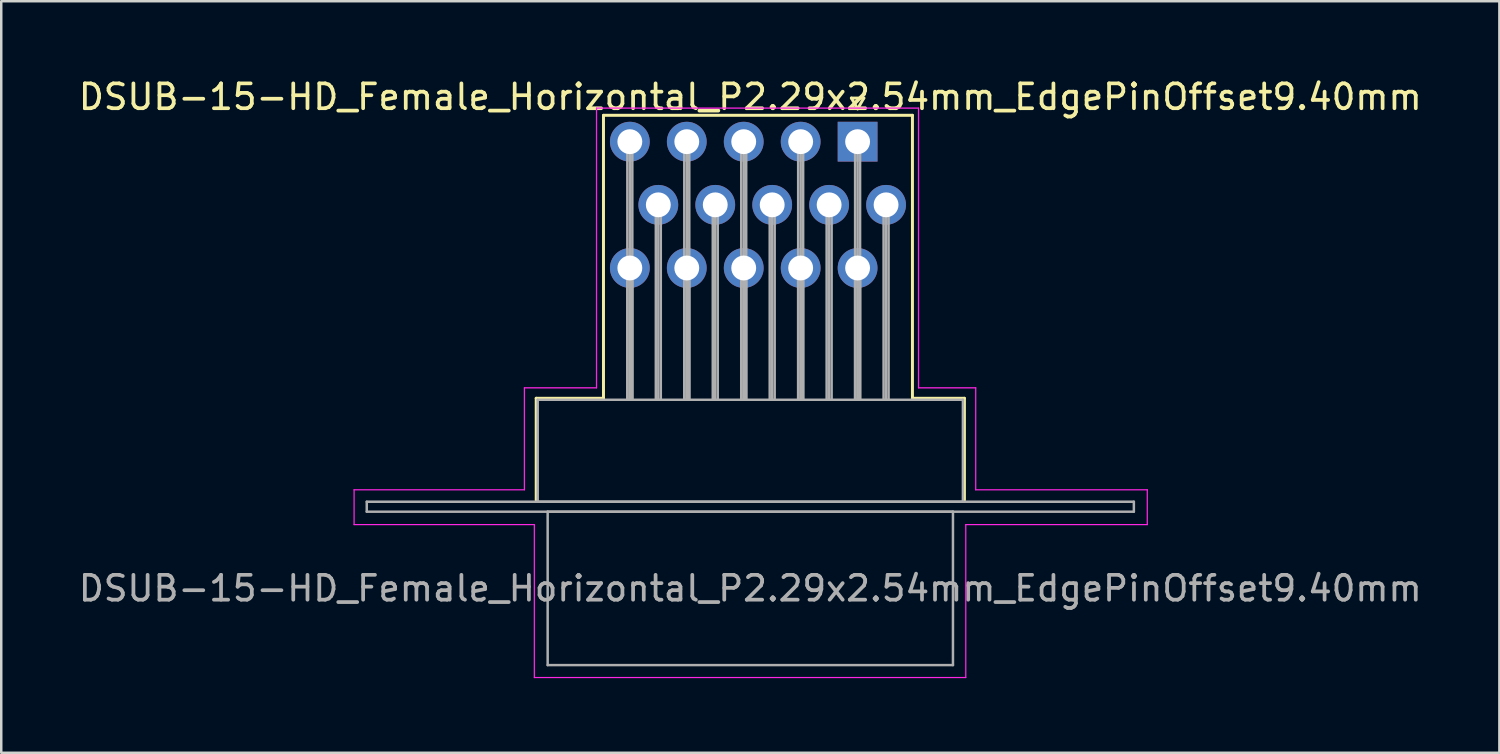
<source format=kicad_pcb>
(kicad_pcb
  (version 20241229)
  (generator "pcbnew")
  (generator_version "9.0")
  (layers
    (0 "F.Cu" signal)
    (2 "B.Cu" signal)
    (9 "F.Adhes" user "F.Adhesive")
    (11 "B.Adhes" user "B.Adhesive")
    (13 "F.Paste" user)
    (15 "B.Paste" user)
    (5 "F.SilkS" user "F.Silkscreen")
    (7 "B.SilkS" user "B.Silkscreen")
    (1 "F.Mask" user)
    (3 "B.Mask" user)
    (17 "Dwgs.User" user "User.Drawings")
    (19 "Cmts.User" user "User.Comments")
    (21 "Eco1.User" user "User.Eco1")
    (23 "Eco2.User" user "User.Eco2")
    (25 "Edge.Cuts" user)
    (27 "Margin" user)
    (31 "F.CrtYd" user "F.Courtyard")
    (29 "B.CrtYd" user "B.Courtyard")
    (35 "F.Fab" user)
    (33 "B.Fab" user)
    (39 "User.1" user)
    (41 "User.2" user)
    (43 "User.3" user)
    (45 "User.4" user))
  (footprint "DSUB-15-HD_Female_Horizontal_P2.29x2.54mm_EdgePinOffset9.40mm"
    (layer "F.Cu")
    (at 31.44 2.648)
    (property "Reference" "DSUB-15-HD_Female_Horizontal_P2.29x2.54mm_EdgePinOffset9.40mm" (at -4.315 -1.8 0) (layer "F.SilkS") (effects (font (size 1 1) (thickness 0.15))))
    (attr through_hole)
    (fp_line (start -12.925 10.32) (end -10.22 10.32) (stroke (width 0.12) (type solid)) (layer "F.SilkS"))
    (fp_line (start -12.925 14.42) (end -12.925 10.32) (stroke (width 0.12) (type solid)) (layer "F.SilkS"))
    (fp_line (start -10.22 -1.06) (end 2.205 -1.06) (stroke (width 0.12) (type solid)) (layer "F.SilkS"))
    (fp_line (start -10.22 10.32) (end -10.22 -1.06) (stroke (width 0.12) (type solid)) (layer "F.SilkS"))
    (fp_line (start -0.25 -1.754) (end 0.25 -1.754) (stroke (width 0.12) (type solid)) (layer "F.SilkS"))
    (fp_line (start 0 -1.321) (end -0.25 -1.754) (stroke (width 0.12) (type solid)) (layer "F.SilkS"))
    (fp_line (start 0.25 -1.754) (end 0 -1.321) (stroke (width 0.12) (type solid)) (layer "F.SilkS"))
    (fp_line (start 2.205 -1.06) (end 2.205 10.32) (stroke (width 0.12) (type solid)) (layer "F.SilkS"))
    (fp_line (start 2.205 10.32) (end 4.295 10.32) (stroke (width 0.12) (type solid)) (layer "F.SilkS"))
    (fp_line (start 4.295 10.32) (end 4.295 14.42) (stroke (width 0.12) (type solid)) (layer "F.SilkS"))
    (fp_line (start -20.25 14) (end -13.4 14) (stroke (width 0.05) (type solid)) (layer "F.CrtYd"))
    (fp_line (start -20.25 15.4) (end -20.25 14) (stroke (width 0.05) (type solid)) (layer "F.CrtYd"))
    (fp_line (start -13.4 9.9) (end -10.5 9.9) (stroke (width 0.05) (type solid)) (layer "F.CrtYd"))
    (fp_line (start -13.4 14) (end -13.4 9.9) (stroke (width 0.05) (type solid)) (layer "F.CrtYd"))
    (fp_line (start -13 15.4) (end -20.25 15.4) (stroke (width 0.05) (type solid)) (layer "F.CrtYd"))
    (fp_line (start -13 21.55) (end -13 15.4) (stroke (width 0.05) (type solid)) (layer "F.CrtYd"))
    (fp_line (start -10.5 -1.35) (end 2.45 -1.35) (stroke (width 0.05) (type solid)) (layer "F.CrtYd"))
    (fp_line (start -10.5 9.9) (end -10.5 -1.35) (stroke (width 0.05) (type solid)) (layer "F.CrtYd"))
    (fp_line (start 2.45 -1.35) (end 2.45 9.9) (stroke (width 0.05) (type solid)) (layer "F.CrtYd"))
    (fp_line (start 2.45 9.9) (end 4.75 9.9) (stroke (width 0.05) (type solid)) (layer "F.CrtYd"))
    (fp_line (start 4.35 15.4) (end 4.35 21.55) (stroke (width 0.05) (type solid)) (layer "F.CrtYd"))
    (fp_line (start 4.35 21.55) (end -13 21.55) (stroke (width 0.05) (type solid)) (layer "F.CrtYd"))
    (fp_line (start 4.75 9.9) (end 4.75 14) (stroke (width 0.05) (type solid)) (layer "F.CrtYd"))
    (fp_line (start 4.75 14) (end 11.65 14) (stroke (width 0.05) (type solid)) (layer "F.CrtYd"))
    (fp_line (start 11.65 14) (end 11.65 15.4) (stroke (width 0.05) (type solid)) (layer "F.CrtYd"))
    (fp_line (start 11.65 15.4) (end 4.35 15.4) (stroke (width 0.05) (type solid)) (layer "F.CrtYd"))
    (fp_line (start -19.74 14.48) (end -19.74 14.88) (stroke (width 0.1) (type solid)) (layer "F.Fab"))
    (fp_line (start -19.74 14.88) (end 11.11 14.88) (stroke (width 0.1) (type solid)) (layer "F.Fab"))
    (fp_line (start -12.865 10.38) (end -12.865 14.48) (stroke (width 0.1) (type solid)) (layer "F.Fab"))
    (fp_line (start -12.865 14.48) (end 4.235 14.48) (stroke (width 0.1) (type solid)) (layer "F.Fab"))
    (fp_line (start -12.465 14.88) (end -12.465 21.05) (stroke (width 0.1) (type solid)) (layer "F.Fab"))
    (fp_line (start -12.465 21.05) (end 3.835 21.05) (stroke (width 0.1) (type solid)) (layer "F.Fab"))
    (fp_line (start -9.26 0) (end -9.26 10.38) (stroke (width 0.1) (type solid)) (layer "F.Fab"))
    (fp_line (start -9.26 5.08) (end -9.26 10.38) (stroke (width 0.1) (type solid)) (layer "F.Fab"))
    (fp_line (start -9.16 0) (end -9.16 10.38) (stroke (width 0.1) (type solid)) (layer "F.Fab"))
    (fp_line (start -9.16 5.08) (end -9.16 10.38) (stroke (width 0.1) (type solid)) (layer "F.Fab"))
    (fp_line (start -9.06 0) (end -9.06 10.38) (stroke (width 0.1) (type solid)) (layer "F.Fab"))
    (fp_line (start -9.06 5.08) (end -9.06 10.38) (stroke (width 0.1) (type solid)) (layer "F.Fab"))
    (fp_line (start -8.115 2.54) (end -8.115 10.38) (stroke (width 0.1) (type solid)) (layer "F.Fab"))
    (fp_line (start -8.015 2.54) (end -8.015 10.38) (stroke (width 0.1) (type solid)) (layer "F.Fab"))
    (fp_line (start -7.915 2.54) (end -7.915 10.38) (stroke (width 0.1) (type solid)) (layer "F.Fab"))
    (fp_line (start -6.97 0) (end -6.97 10.38) (stroke (width 0.1) (type solid)) (layer "F.Fab"))
    (fp_line (start -6.97 5.08) (end -6.97 10.38) (stroke (width 0.1) (type solid)) (layer "F.Fab"))
    (fp_line (start -6.87 0) (end -6.87 10.38) (stroke (width 0.1) (type solid)) (layer "F.Fab"))
    (fp_line (start -6.87 5.08) (end -6.87 10.38) (stroke (width 0.1) (type solid)) (layer "F.Fab"))
    (fp_line (start -6.77 0) (end -6.77 10.38) (stroke (width 0.1) (type solid)) (layer "F.Fab"))
    (fp_line (start -6.77 5.08) (end -6.77 10.38) (stroke (width 0.1) (type solid)) (layer "F.Fab"))
    (fp_line (start -5.825 2.54) (end -5.825 10.38) (stroke (width 0.1) (type solid)) (layer "F.Fab"))
    (fp_line (start -5.725 2.54) (end -5.725 10.38) (stroke (width 0.1) (type solid)) (layer "F.Fab"))
    (fp_line (start -5.625 2.54) (end -5.625 10.38) (stroke (width 0.1) (type solid)) (layer "F.Fab"))
    (fp_line (start -4.68 0) (end -4.68 10.38) (stroke (width 0.1) (type solid)) (layer "F.Fab"))
    (fp_line (start -4.68 5.08) (end -4.68 10.38) (stroke (width 0.1) (type solid)) (layer "F.Fab"))
    (fp_line (start -4.58 0) (end -4.58 10.38) (stroke (width 0.1) (type solid)) (layer "F.Fab"))
    (fp_line (start -4.58 5.08) (end -4.58 10.38) (stroke (width 0.1) (type solid)) (layer "F.Fab"))
    (fp_line (start -4.48 0) (end -4.48 10.38) (stroke (width 0.1) (type solid)) (layer "F.Fab"))
    (fp_line (start -4.48 5.08) (end -4.48 10.38) (stroke (width 0.1) (type solid)) (layer "F.Fab"))
    (fp_line (start -3.535 2.54) (end -3.535 10.38) (stroke (width 0.1) (type solid)) (layer "F.Fab"))
    (fp_line (start -3.435 2.54) (end -3.435 10.38) (stroke (width 0.1) (type solid)) (layer "F.Fab"))
    (fp_line (start -3.335 2.54) (end -3.335 10.38) (stroke (width 0.1) (type solid)) (layer "F.Fab"))
    (fp_line (start -2.39 0) (end -2.39 10.38) (stroke (width 0.1) (type solid)) (layer "F.Fab"))
    (fp_line (start -2.39 5.08) (end -2.39 10.38) (stroke (width 0.1) (type solid)) (layer "F.Fab"))
    (fp_line (start -2.29 0) (end -2.29 10.38) (stroke (width 0.1) (type solid)) (layer "F.Fab"))
    (fp_line (start -2.29 5.08) (end -2.29 10.38) (stroke (width 0.1) (type solid)) (layer "F.Fab"))
    (fp_line (start -2.19 0) (end -2.19 10.38) (stroke (width 0.1) (type solid)) (layer "F.Fab"))
    (fp_line (start -2.19 5.08) (end -2.19 10.38) (stroke (width 0.1) (type solid)) (layer "F.Fab"))
    (fp_line (start -1.245 2.54) (end -1.245 10.38) (stroke (width 0.1) (type solid)) (layer "F.Fab"))
    (fp_line (start -1.145 2.54) (end -1.145 10.38) (stroke (width 0.1) (type solid)) (layer "F.Fab"))
    (fp_line (start -1.045 2.54) (end -1.045 10.38) (stroke (width 0.1) (type solid)) (layer "F.Fab"))
    (fp_line (start -0.1 0) (end -0.1 10.38) (stroke (width 0.1) (type solid)) (layer "F.Fab"))
    (fp_line (start -0.1 5.08) (end -0.1 10.38) (stroke (width 0.1) (type solid)) (layer "F.Fab"))
    (fp_line (start 0 0) (end 0 10.38) (stroke (width 0.1) (type solid)) (layer "F.Fab"))
    (fp_line (start 0 5.08) (end 0 10.38) (stroke (width 0.1) (type solid)) (layer "F.Fab"))
    (fp_line (start 0.1 0) (end 0.1 10.38) (stroke (width 0.1) (type solid)) (layer "F.Fab"))
    (fp_line (start 0.1 5.08) (end 0.1 10.38) (stroke (width 0.1) (type solid)) (layer "F.Fab"))
    (fp_line (start 1.045 2.54) (end 1.045 10.38) (stroke (width 0.1) (type solid)) (layer "F.Fab"))
    (fp_line (start 1.145 2.54) (end 1.145 10.38) (stroke (width 0.1) (type solid)) (layer "F.Fab"))
    (fp_line (start 1.245 2.54) (end 1.245 10.38) (stroke (width 0.1) (type solid)) (layer "F.Fab"))
    (fp_line (start 3.835 14.88) (end -12.465 14.88) (stroke (width 0.1) (type solid)) (layer "F.Fab"))
    (fp_line (start 3.835 21.05) (end 3.835 14.88) (stroke (width 0.1) (type solid)) (layer "F.Fab"))
    (fp_line (start 4.235 10.38) (end -12.865 10.38) (stroke (width 0.1) (type solid)) (layer "F.Fab"))
    (fp_line (start 4.235 14.48) (end 4.235 10.38) (stroke (width 0.1) (type solid)) (layer "F.Fab"))
    (fp_line (start 11.11 14.48) (end -19.74 14.48) (stroke (width 0.1) (type solid)) (layer "F.Fab"))
    (fp_line (start 11.11 14.88) (end 11.11 14.48) (stroke (width 0.1) (type solid)) (layer "F.Fab"))
    (fp_text user "${REFERENCE}" (at -4.315 17.965 0) (layer "F.Fab") (effects (font (size 1 1) (thickness 0.15))))
    (pad "1" thru_hole rect (at 0 0) (size 1.6 1.6) (drill 1) (layers "*.Cu" "*.Mask"))
    (pad "2" thru_hole circle (at -2.29 0) (size 1.6 1.6) (drill 1) (layers "*.Cu" "*.Mask"))
    (pad "3" thru_hole circle (at -4.58 0) (size 1.6 1.6) (drill 1) (layers "*.Cu" "*.Mask"))
    (pad "4" thru_hole circle (at -6.87 0) (size 1.6 1.6) (drill 1) (layers "*.Cu" "*.Mask"))
    (pad "5" thru_hole circle (at -9.16 0) (size 1.6 1.6) (drill 1) (layers "*.Cu" "*.Mask"))
    (pad "6" thru_hole circle (at 1.145 2.54) (size 1.6 1.6) (drill 1) (layers "*.Cu" "*.Mask"))
    (pad "7" thru_hole circle (at -1.145 2.54) (size 1.6 1.6) (drill 1) (layers "*.Cu" "*.Mask"))
    (pad "8" thru_hole circle (at -3.435 2.54) (size 1.6 1.6) (drill 1) (layers "*.Cu" "*.Mask"))
    (pad "9" thru_hole circle (at -5.725 2.54) (size 1.6 1.6) (drill 1) (layers "*.Cu" "*.Mask"))
    (pad "10" thru_hole circle (at -8.015 2.54) (size 1.6 1.6) (drill 1) (layers "*.Cu" "*.Mask"))
    (pad "11" thru_hole circle (at 0 5.08) (size 1.6 1.6) (drill 1) (layers "*.Cu" "*.Mask"))
    (pad "12" thru_hole circle (at -2.29 5.08) (size 1.6 1.6) (drill 1) (layers "*.Cu" "*.Mask"))
    (pad "13" thru_hole circle (at -4.58 5.08) (size 1.6 1.6) (drill 1) (layers "*.Cu" "*.Mask"))
    (pad "14" thru_hole circle (at -6.87 5.08) (size 1.6 1.6) (drill 1) (layers "*.Cu" "*.Mask"))
    (pad "15" thru_hole circle (at -9.16 5.08) (size 1.6 1.6) (drill 1) (layers "*.Cu" "*.Mask")))
  (gr_rect
    (start -3 -3)
    (end 57.25 27.223)
    (stroke (width 0.1) (type default))
    (fill no)
    (layer "Edge.Cuts")))
</source>
